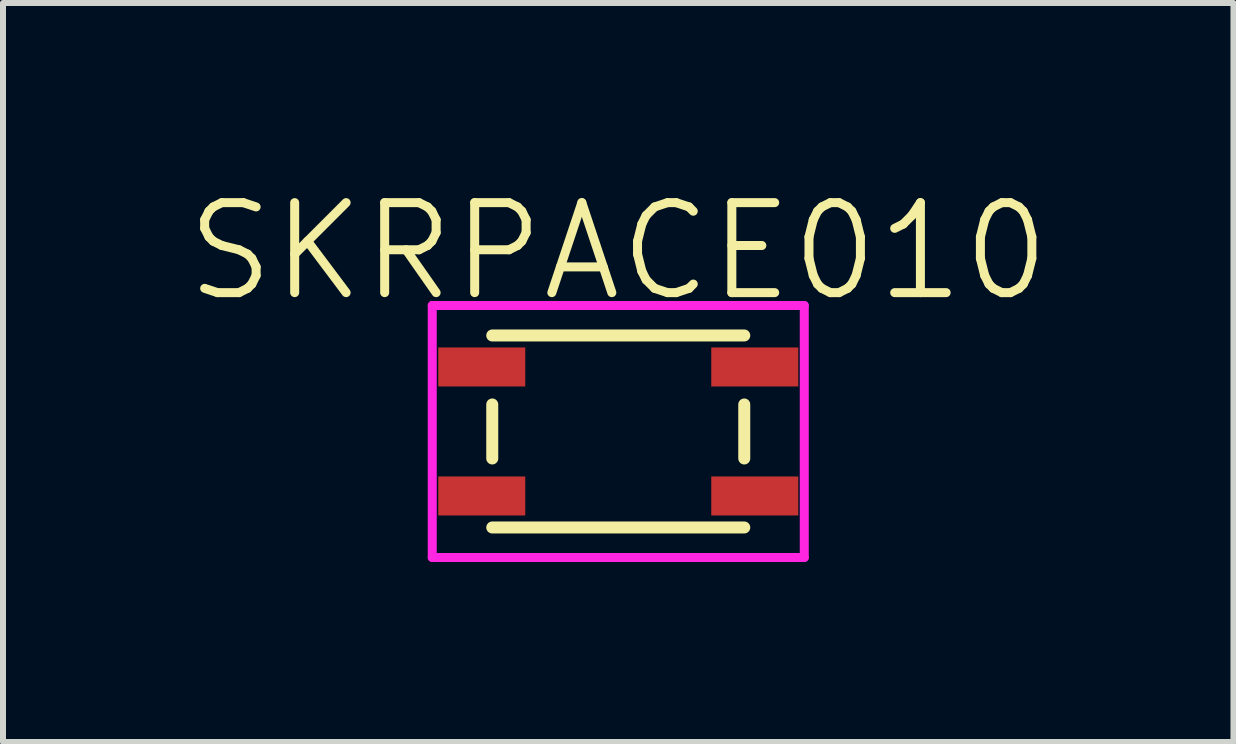
<source format=kicad_pcb>
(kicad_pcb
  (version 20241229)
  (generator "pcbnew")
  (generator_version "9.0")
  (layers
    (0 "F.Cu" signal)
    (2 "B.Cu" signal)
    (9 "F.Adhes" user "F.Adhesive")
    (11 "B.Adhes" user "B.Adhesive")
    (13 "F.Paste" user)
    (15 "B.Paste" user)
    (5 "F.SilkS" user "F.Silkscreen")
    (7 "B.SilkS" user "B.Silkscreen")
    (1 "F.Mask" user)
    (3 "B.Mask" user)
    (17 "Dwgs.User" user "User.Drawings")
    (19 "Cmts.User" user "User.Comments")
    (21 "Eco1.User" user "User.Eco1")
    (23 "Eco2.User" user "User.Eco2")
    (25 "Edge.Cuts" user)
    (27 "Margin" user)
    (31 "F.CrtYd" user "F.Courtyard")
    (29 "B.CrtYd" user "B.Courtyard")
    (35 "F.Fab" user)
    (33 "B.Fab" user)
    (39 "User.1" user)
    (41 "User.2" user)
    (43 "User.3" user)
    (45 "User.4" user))
  (footprint "SKRPACE010"
    (layer "F.Cu")
    (at 7.254 4.141)
    (property "Reference" "SKRPACE010" (at 0 -3 0) (layer "F.SilkS") (effects (font (size 1.5 1.5) (thickness 0.15))))
    (attr through_hole)
    (fp_line (start -2.1 -1.6) (end 2.1 -1.6) (stroke (width 0.2) (type solid)) (layer "F.SilkS"))
    (fp_line (start -2.1 0.45) (end -2.1 -0.45) (stroke (width 0.2) (type solid)) (layer "F.SilkS"))
    (fp_line (start -2.1 1.6) (end 2.1 1.6) (stroke (width 0.2) (type solid)) (layer "F.SilkS"))
    (fp_line (start 2.1 -0.45) (end 2.1 0.45) (stroke (width 0.2) (type solid)) (layer "F.SilkS"))
    (fp_line (start -3.1 -2.1) (end 3.1 -2.1) (stroke (width 0.15) (type solid)) (layer "F.CrtYd"))
    (fp_line (start -3.1 2.1) (end -3.1 -2.1) (stroke (width 0.15) (type solid)) (layer "F.CrtYd"))
    (fp_line (start 3.1 -2.1) (end 3.1 2.1) (stroke (width 0.15) (type solid)) (layer "F.CrtYd"))
    (fp_line (start 3.1 2.1) (end -3.1 2.1) (stroke (width 0.15) (type solid)) (layer "F.CrtYd"))
    (pad "1" smd rect (at -2.275 -1.075) (size 1.45 0.65) (layers "F.Cu" "F.Mask" "F.Paste"))
    (pad "2" smd rect (at 2.275 -1.075) (size 1.45 0.65) (layers "F.Cu" "F.Mask" "F.Paste"))
    (pad "3" smd rect (at -2.275 1.075) (size 1.45 0.65) (layers "F.Cu" "F.Mask" "F.Paste"))
    (pad "4" smd rect (at 2.275 1.075) (size 1.45 0.65) (layers "F.Cu" "F.Mask" "F.Paste")))
  (gr_rect
    (start -3 -3)
    (end 17.507 9.316)
    (stroke (width 0.1) (type default))
    (fill no)
    (layer "Edge.Cuts")))
</source>
